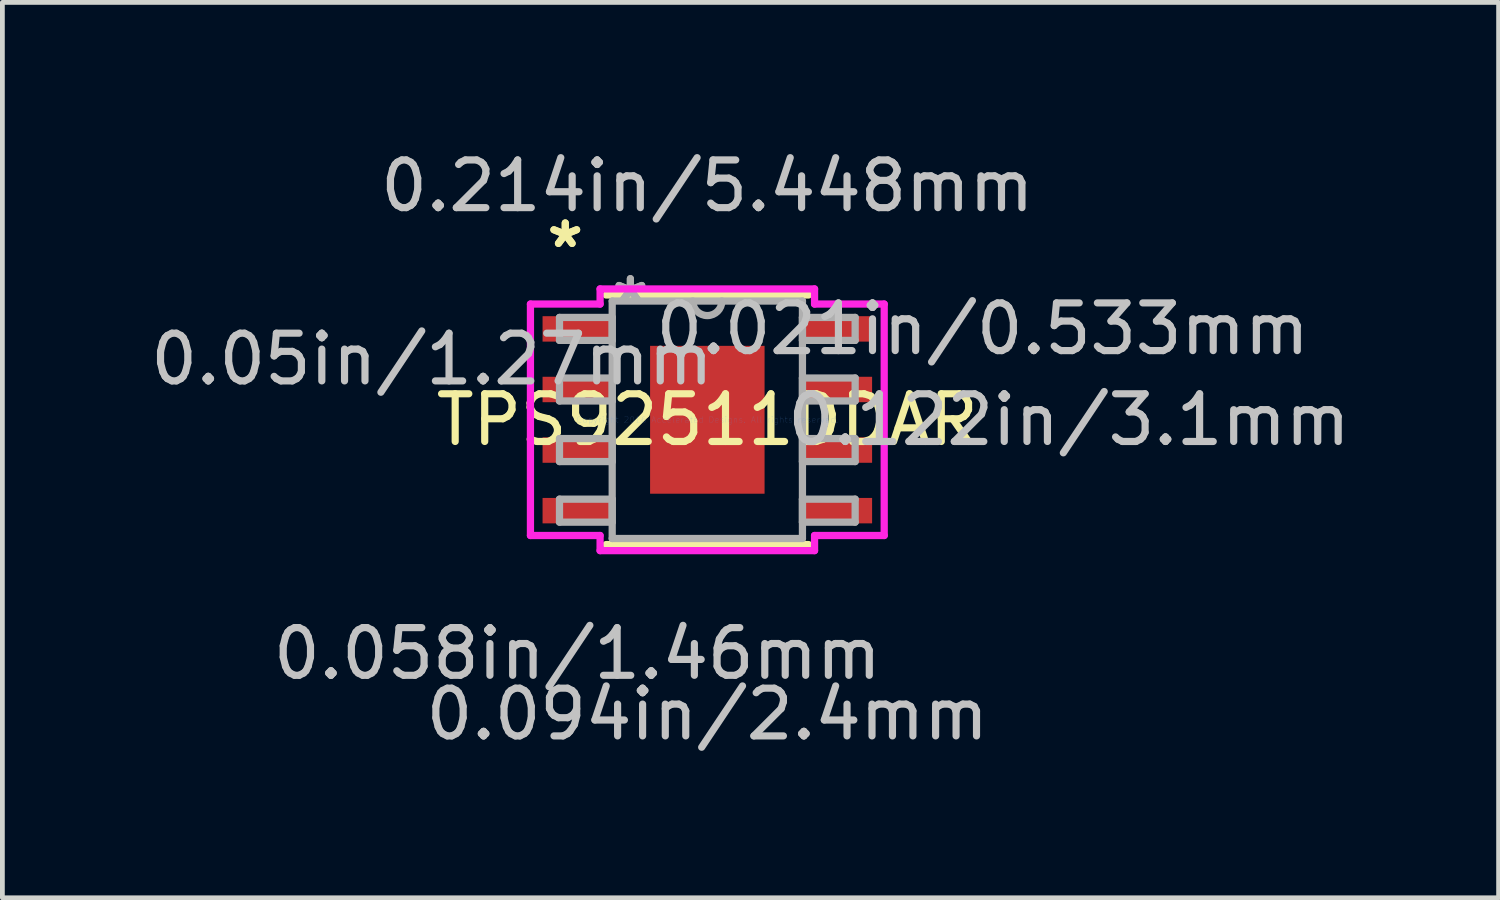
<source format=kicad_pcb>
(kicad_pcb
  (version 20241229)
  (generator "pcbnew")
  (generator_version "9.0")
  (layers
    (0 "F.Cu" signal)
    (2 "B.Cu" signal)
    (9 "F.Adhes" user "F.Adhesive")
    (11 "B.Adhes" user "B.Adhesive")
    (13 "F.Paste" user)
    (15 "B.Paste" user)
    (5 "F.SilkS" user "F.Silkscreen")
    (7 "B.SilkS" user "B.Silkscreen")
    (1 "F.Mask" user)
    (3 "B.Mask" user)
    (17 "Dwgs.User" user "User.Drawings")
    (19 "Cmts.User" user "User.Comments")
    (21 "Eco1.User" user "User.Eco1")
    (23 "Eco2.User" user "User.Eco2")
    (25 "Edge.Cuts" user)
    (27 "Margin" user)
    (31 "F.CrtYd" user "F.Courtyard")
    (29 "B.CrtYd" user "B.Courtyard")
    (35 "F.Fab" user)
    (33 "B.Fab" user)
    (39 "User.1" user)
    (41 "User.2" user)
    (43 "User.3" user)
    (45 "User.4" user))
  (footprint "TPS92511DDAR"
    (layer "F.Cu")
    (at 11.778 5.75)
    (property "Reference" "TPS92511DDAR" (at 0 0 0) (layer "F.SilkS") (effects (font (size 1 1) (thickness 0.15))))
    (attr through_hole)
    (fp_line (start -2.121 2.616) (end 2.121 2.616) (stroke (width 0.152) (type solid)) (layer "F.SilkS"))
    (fp_line (start 2.121 -2.616) (end -2.121 -2.616) (stroke (width 0.152) (type solid)) (layer "F.SilkS"))
    (fp_line (start -1.1 -1.45) (end -1.1 -0.1) (stroke (width 0.152) (type solid)) (layer "F.Paste"))
    (fp_line (start -1.1 -0.1) (end 1.1 -0.1) (stroke (width 0.152) (type solid)) (layer "F.Paste"))
    (fp_line (start -1.1 0.1) (end -1.1 1.45) (stroke (width 0.152) (type solid)) (layer "F.Paste"))
    (fp_line (start -1.1 1.45) (end 1.1 1.45) (stroke (width 0.152) (type solid)) (layer "F.Paste"))
    (fp_line (start 1.1 -1.45) (end -1.1 -1.45) (stroke (width 0.152) (type solid)) (layer "F.Paste"))
    (fp_line (start 1.1 -0.1) (end 1.1 -1.45) (stroke (width 0.152) (type solid)) (layer "F.Paste"))
    (fp_line (start 1.1 0.1) (end -1.1 0.1) (stroke (width 0.152) (type solid)) (layer "F.Paste"))
    (fp_line (start 1.1 1.45) (end 1.1 0.1) (stroke (width 0.152) (type solid)) (layer "F.Paste"))
    (fp_line (start -3.708 -2.426) (end -2.248 -2.426) (stroke (width 0.152) (type solid)) (layer "F.CrtYd"))
    (fp_line (start -3.708 2.426) (end -3.708 -2.426) (stroke (width 0.152) (type solid)) (layer "F.CrtYd"))
    (fp_line (start -2.248 -2.743) (end 2.248 -2.743) (stroke (width 0.152) (type solid)) (layer "F.CrtYd"))
    (fp_line (start -2.248 -2.426) (end -2.248 -2.743) (stroke (width 0.152) (type solid)) (layer "F.CrtYd"))
    (fp_line (start -2.248 2.426) (end -3.708 2.426) (stroke (width 0.152) (type solid)) (layer "F.CrtYd"))
    (fp_line (start -2.248 2.743) (end -2.248 2.426) (stroke (width 0.152) (type solid)) (layer "F.CrtYd"))
    (fp_line (start 2.248 -2.743) (end 2.248 -2.426) (stroke (width 0.152) (type solid)) (layer "F.CrtYd"))
    (fp_line (start 2.248 -2.426) (end 3.708 -2.426) (stroke (width 0.152) (type solid)) (layer "F.CrtYd"))
    (fp_line (start 2.248 2.426) (end 2.248 2.743) (stroke (width 0.152) (type solid)) (layer "F.CrtYd"))
    (fp_line (start 2.248 2.743) (end -2.248 2.743) (stroke (width 0.152) (type solid)) (layer "F.CrtYd"))
    (fp_line (start 3.708 -2.426) (end 3.708 2.426) (stroke (width 0.152) (type solid)) (layer "F.CrtYd"))
    (fp_line (start 3.708 2.426) (end 2.248 2.426) (stroke (width 0.152) (type solid)) (layer "F.CrtYd"))
    (fp_line (start -3.099 -2.146) (end -3.099 -1.664) (stroke (width 0.152) (type solid)) (layer "F.Fab"))
    (fp_line (start -3.099 -1.664) (end -1.994 -1.664) (stroke (width 0.152) (type solid)) (layer "F.Fab"))
    (fp_line (start -3.099 -0.876) (end -3.099 -0.394) (stroke (width 0.152) (type solid)) (layer "F.Fab"))
    (fp_line (start -3.099 -0.394) (end -1.994 -0.394) (stroke (width 0.152) (type solid)) (layer "F.Fab"))
    (fp_line (start -3.099 0.394) (end -3.099 0.876) (stroke (width 0.152) (type solid)) (layer "F.Fab"))
    (fp_line (start -3.099 0.876) (end -1.994 0.876) (stroke (width 0.152) (type solid)) (layer "F.Fab"))
    (fp_line (start -3.099 1.664) (end -3.099 2.146) (stroke (width 0.152) (type solid)) (layer "F.Fab"))
    (fp_line (start -3.099 2.146) (end -1.994 2.146) (stroke (width 0.152) (type solid)) (layer "F.Fab"))
    (fp_line (start -1.994 -2.489) (end -1.994 2.489) (stroke (width 0.152) (type solid)) (layer "F.Fab"))
    (fp_line (start -1.994 -2.146) (end -3.099 -2.146) (stroke (width 0.152) (type solid)) (layer "F.Fab"))
    (fp_line (start -1.994 -1.664) (end -1.994 -2.146) (stroke (width 0.152) (type solid)) (layer "F.Fab"))
    (fp_line (start -1.994 -0.876) (end -3.099 -0.876) (stroke (width 0.152) (type solid)) (layer "F.Fab"))
    (fp_line (start -1.994 -0.394) (end -1.994 -0.876) (stroke (width 0.152) (type solid)) (layer "F.Fab"))
    (fp_line (start -1.994 0.394) (end -3.099 0.394) (stroke (width 0.152) (type solid)) (layer "F.Fab"))
    (fp_line (start -1.994 0.876) (end -1.994 0.394) (stroke (width 0.152) (type solid)) (layer "F.Fab"))
    (fp_line (start -1.994 1.664) (end -3.099 1.664) (stroke (width 0.152) (type solid)) (layer "F.Fab"))
    (fp_line (start -1.994 2.146) (end -1.994 1.664) (stroke (width 0.152) (type solid)) (layer "F.Fab"))
    (fp_line (start -1.994 2.489) (end 1.994 2.489) (stroke (width 0.152) (type solid)) (layer "F.Fab"))
    (fp_line (start 1.994 -2.489) (end -1.994 -2.489) (stroke (width 0.152) (type solid)) (layer "F.Fab"))
    (fp_line (start 1.994 -2.146) (end 1.994 -1.664) (stroke (width 0.152) (type solid)) (layer "F.Fab"))
    (fp_line (start 1.994 -1.664) (end 3.099 -1.664) (stroke (width 0.152) (type solid)) (layer "F.Fab"))
    (fp_line (start 1.994 -0.876) (end 1.994 -0.394) (stroke (width 0.152) (type solid)) (layer "F.Fab"))
    (fp_line (start 1.994 -0.394) (end 3.099 -0.394) (stroke (width 0.152) (type solid)) (layer "F.Fab"))
    (fp_line (start 1.994 0.394) (end 1.994 0.876) (stroke (width 0.152) (type solid)) (layer "F.Fab"))
    (fp_line (start 1.994 0.876) (end 3.099 0.876) (stroke (width 0.152) (type solid)) (layer "F.Fab"))
    (fp_line (start 1.994 1.664) (end 1.994 2.146) (stroke (width 0.152) (type solid)) (layer "F.Fab"))
    (fp_line (start 1.994 2.146) (end 3.099 2.146) (stroke (width 0.152) (type solid)) (layer "F.Fab"))
    (fp_line (start 1.994 2.489) (end 1.994 -2.489) (stroke (width 0.152) (type solid)) (layer "F.Fab"))
    (fp_line (start 3.099 -2.146) (end 1.994 -2.146) (stroke (width 0.152) (type solid)) (layer "F.Fab"))
    (fp_line (start 3.099 -1.664) (end 3.099 -2.146) (stroke (width 0.152) (type solid)) (layer "F.Fab"))
    (fp_line (start 3.099 -0.876) (end 1.994 -0.876) (stroke (width 0.152) (type solid)) (layer "F.Fab"))
    (fp_line (start 3.099 -0.394) (end 3.099 -0.876) (stroke (width 0.152) (type solid)) (layer "F.Fab"))
    (fp_line (start 3.099 0.394) (end 1.994 0.394) (stroke (width 0.152) (type solid)) (layer "F.Fab"))
    (fp_line (start 3.099 0.876) (end 3.099 0.394) (stroke (width 0.152) (type solid)) (layer "F.Fab"))
    (fp_line (start 3.099 1.664) (end 1.994 1.664) (stroke (width 0.152) (type solid)) (layer "F.Fab"))
    (fp_line (start 3.099 2.146) (end 3.099 1.664) (stroke (width 0.152) (type solid)) (layer "F.Fab"))
    (fp_arc (start 0.3048 -2.4892) (mid 0 -2.1844) (end -0.3048 -2.4892) (stroke (width 0.1524) (type solid)) (layer "F.Fab"))
    (fp_text user "*" (at -2.978 -3.581 0) (layer "F.SilkS") (effects (font (size 1 1) (thickness 0.15))))
    (fp_text user "*" (at -2.978 -3.581 0) (layer "F.SilkS") (effects (font (size 1 1) (thickness 0.15))))
    (fp_text user "0.05in/1.27mm" (at -5.772 -1.27 0) (layer "Dwgs.User") (effects (font (size 1 1) (thickness 0.15))))
    (fp_text user "0.021in/0.533mm" (at 5.772 -1.905 0) (layer "Dwgs.User") (effects (font (size 1 1) (thickness 0.15))))
    (fp_text user "0.214in/5.448mm" (at 0 -4.902 0) (layer "Dwgs.User") (effects (font (size 1 1) (thickness 0.15))))
    (fp_text user "0.122in/3.1mm" (at 7.582 0 0) (layer "Dwgs.User") (effects (font (size 1 1) (thickness 0.15))))
    (fp_text user "0.094in/2.4mm" (at 0 6.172 0) (layer "Dwgs.User") (effects (font (size 1 1) (thickness 0.15))))
    (fp_text user "0.058in/1.46mm" (at -2.724 4.902 0) (layer "Dwgs.User") (effects (font (size 1 1) (thickness 0.15))))
    (fp_text user "Copyright 2016 Accelerated Designs. All rights reserved." (at 0 0 0) (layer "Cmts.User") (effects (font (size 0.127 0.127) (thickness 0.002))))
    (fp_text user "*" (at -1.613 -2.413 0) (layer "F.Fab") (effects (font (size 1 1) (thickness 0.15))))
    (fp_text user "*" (at -1.613 -2.413 0) (layer "F.Fab") (effects (font (size 1 1) (thickness 0.15))))
    (pad "1" smd rect (at -2.724 -1.905) (size 1.46 0.533) (layers "F.Cu" "F.Mask" "F.Paste"))
    (pad "2" smd rect (at -2.724 -0.635) (size 1.46 0.533) (layers "F.Cu" "F.Mask" "F.Paste"))
    (pad "3" smd rect (at -2.724 0.635) (size 1.46 0.533) (layers "F.Cu" "F.Mask" "F.Paste"))
    (pad "4" smd rect (at -2.724 1.905) (size 1.46 0.533) (layers "F.Cu" "F.Mask" "F.Paste"))
    (pad "5" smd rect (at 2.724 1.905) (size 1.46 0.533) (layers "F.Cu" "F.Mask" "F.Paste"))
    (pad "6" smd rect (at 2.724 0.635) (size 1.46 0.533) (layers "F.Cu" "F.Mask" "F.Paste"))
    (pad "7" smd rect (at 2.724 -0.635) (size 1.46 0.533) (layers "F.Cu" "F.Mask" "F.Paste"))
    (pad "8" smd rect (at 2.724 -1.905) (size 1.46 0.533) (layers "F.Cu" "F.Mask" "F.Paste"))
    (pad "EPAD" smd rect (at 0 0) (size 2.4 3.1) (layers "F.Cu" "F.Mask" "F.Paste")))
  (gr_rect
    (start -3 -3)
    (end 28.366 15.771)
    (stroke (width 0.1) (type default))
    (fill no)
    (layer "Edge.Cuts")))
</source>
